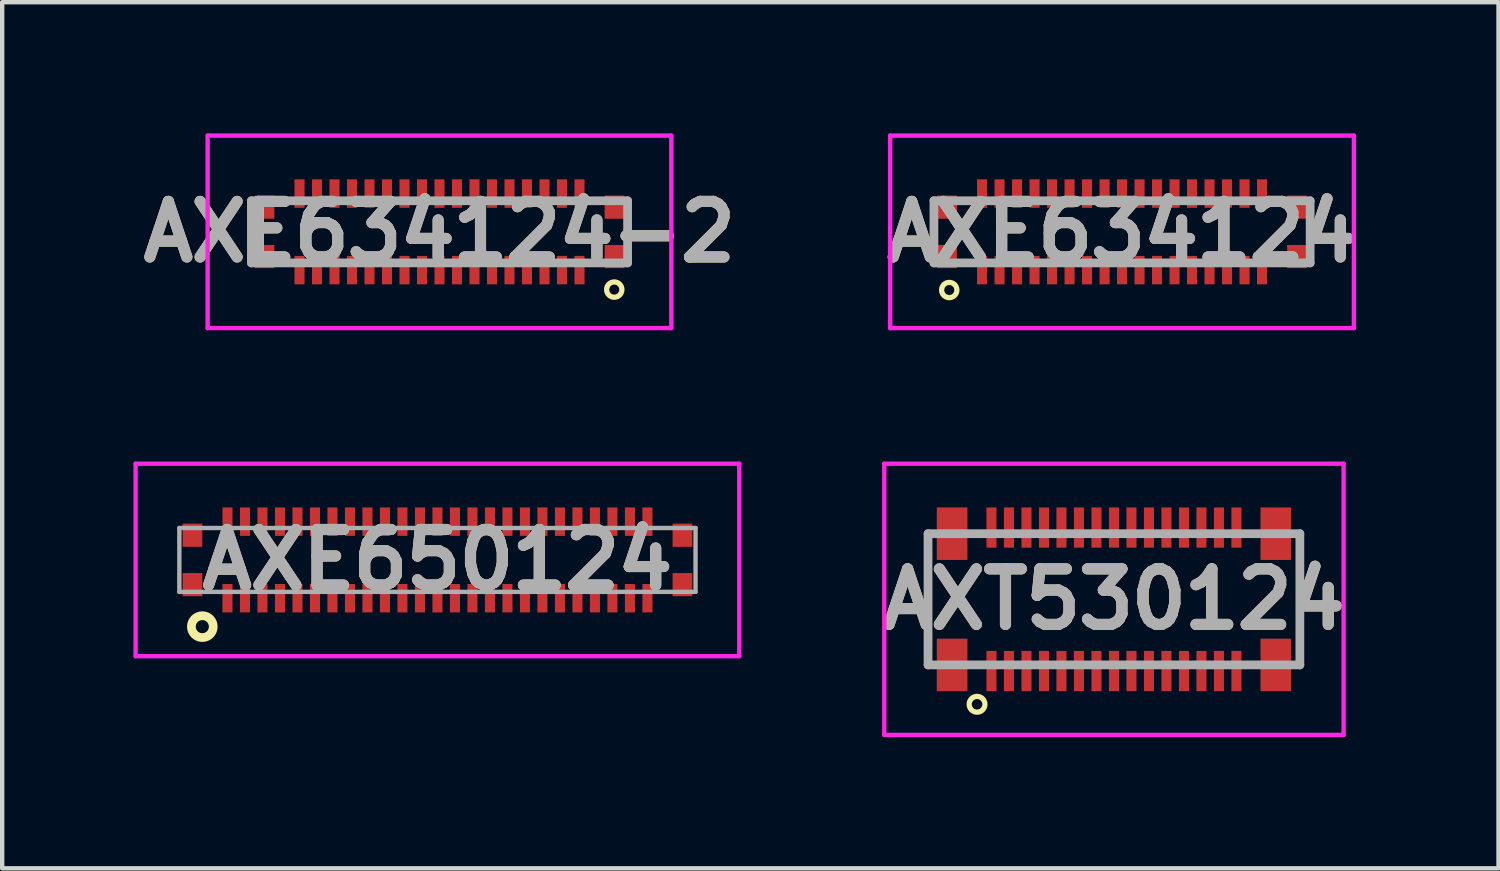
<source format=kicad_pcb>
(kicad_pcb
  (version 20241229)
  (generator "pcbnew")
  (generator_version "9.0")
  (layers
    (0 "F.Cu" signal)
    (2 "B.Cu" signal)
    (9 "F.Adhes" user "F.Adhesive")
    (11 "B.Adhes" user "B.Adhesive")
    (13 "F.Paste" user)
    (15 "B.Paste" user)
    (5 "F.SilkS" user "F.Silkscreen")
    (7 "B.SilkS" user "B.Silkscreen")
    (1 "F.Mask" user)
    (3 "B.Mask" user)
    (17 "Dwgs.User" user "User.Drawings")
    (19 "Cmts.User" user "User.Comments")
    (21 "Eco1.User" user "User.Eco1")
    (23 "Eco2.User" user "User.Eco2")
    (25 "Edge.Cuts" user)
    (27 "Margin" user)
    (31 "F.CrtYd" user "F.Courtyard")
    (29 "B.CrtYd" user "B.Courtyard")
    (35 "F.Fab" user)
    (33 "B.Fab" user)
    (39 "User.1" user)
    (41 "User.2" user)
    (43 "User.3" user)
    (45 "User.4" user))
  (footprint "AXE634124-2"
    (layer "F.Cu")
    (at 6.997 2.25)
    (property "Reference" "AXE634124-2" (at 0 0 0) (layer "F.SilkS") (effects (font (size 1.27 1.27) (thickness 0.254))))
    (attr smd)
    (fp_line (start -4.3 -0.1) (end -4.3 0.1) (stroke (width 0.1) (type solid)) (layer "F.SilkS"))
    (fp_line (start 4.3 -0.1) (end 4.3 0.1) (stroke (width 0.1) (type solid)) (layer "F.SilkS"))
    (fp_circle (center 3.995 1.32) (end 4.145 1.41) (stroke (width 0.12) (type default)) (fill no) (layer "F.SilkS"))
    (fp_line (start -5.3 -2.2) (end 5.3 -2.2) (stroke (width 0.1) (type solid)) (layer "F.CrtYd"))
    (fp_line (start -5.3 2.2) (end -5.3 -2.2) (stroke (width 0.1) (type solid)) (layer "F.CrtYd"))
    (fp_line (start 5.3 -2.2) (end 5.3 2.2) (stroke (width 0.1) (type solid)) (layer "F.CrtYd"))
    (fp_line (start 5.3 2.2) (end -5.3 2.2) (stroke (width 0.1) (type solid)) (layer "F.CrtYd"))
    (fp_line (start -4.3 -0.71) (end 4.3 -0.71) (stroke (width 0.2) (type solid)) (layer "F.Fab"))
    (fp_line (start -4.3 0.71) (end -4.3 -0.71) (stroke (width 0.2) (type solid)) (layer "F.Fab"))
    (fp_line (start 4.3 -0.71) (end 4.3 0.71) (stroke (width 0.2) (type solid)) (layer "F.Fab"))
    (fp_line (start 4.3 0.71) (end -4.3 0.71) (stroke (width 0.2) (type solid)) (layer "F.Fab"))
    (fp_text user "${REFERENCE}" (at 0 0 0) (layer "F.Fab") (effects (font (size 1.27 1.27) (thickness 0.254))))
    (pad "1" smd rect (at 3.2 0.875) (size 0.23 0.65) (layers "F.Cu" "F.Mask" "F.Paste"))
    (pad "2" smd rect (at 3.2 -0.875) (size 0.23 0.65) (layers "F.Cu" "F.Mask" "F.Paste"))
    (pad "3" smd rect (at 2.8 0.875) (size 0.23 0.65) (layers "F.Cu" "F.Mask" "F.Paste"))
    (pad "4" smd rect (at 2.8 -0.875) (size 0.23 0.65) (layers "F.Cu" "F.Mask" "F.Paste"))
    (pad "5" smd rect (at 2.4 0.875) (size 0.23 0.65) (layers "F.Cu" "F.Mask" "F.Paste"))
    (pad "6" smd rect (at 2.4 -0.875) (size 0.23 0.65) (layers "F.Cu" "F.Mask" "F.Paste"))
    (pad "7" smd rect (at 2 0.875) (size 0.23 0.65) (layers "F.Cu" "F.Mask" "F.Paste"))
    (pad "8" smd rect (at 2 -0.875) (size 0.23 0.65) (layers "F.Cu" "F.Mask" "F.Paste"))
    (pad "9" smd rect (at 1.6 0.875) (size 0.23 0.65) (layers "F.Cu" "F.Mask" "F.Paste"))
    (pad "10" smd rect (at 1.6 -0.875) (size 0.23 0.65) (layers "F.Cu" "F.Mask" "F.Paste"))
    (pad "11" smd rect (at 1.2 0.875) (size 0.23 0.65) (layers "F.Cu" "F.Mask" "F.Paste"))
    (pad "12" smd rect (at 1.2 -0.875) (size 0.23 0.65) (layers "F.Cu" "F.Mask" "F.Paste"))
    (pad "13" smd rect (at 0.8 0.875) (size 0.23 0.65) (layers "F.Cu" "F.Mask" "F.Paste"))
    (pad "14" smd rect (at 0.8 -0.875) (size 0.23 0.65) (layers "F.Cu" "F.Mask" "F.Paste"))
    (pad "15" smd rect (at 0.4 0.875) (size 0.23 0.65) (layers "F.Cu" "F.Mask" "F.Paste"))
    (pad "16" smd rect (at 0.4 -0.875) (size 0.23 0.65) (layers "F.Cu" "F.Mask" "F.Paste"))
    (pad "17" smd rect (at 0 0.875) (size 0.23 0.65) (layers "F.Cu" "F.Mask" "F.Paste"))
    (pad "18" smd rect (at 0 -0.875) (size 0.23 0.65) (layers "F.Cu" "F.Mask" "F.Paste"))
    (pad "19" smd rect (at -0.4 0.875) (size 0.23 0.65) (layers "F.Cu" "F.Mask" "F.Paste"))
    (pad "20" smd rect (at -0.4 -0.875) (size 0.23 0.65) (layers "F.Cu" "F.Mask" "F.Paste"))
    (pad "21" smd rect (at -0.8 0.875) (size 0.23 0.65) (layers "F.Cu" "F.Mask" "F.Paste"))
    (pad "22" smd rect (at -0.8 -0.875) (size 0.23 0.65) (layers "F.Cu" "F.Mask" "F.Paste"))
    (pad "23" smd rect (at -1.2 0.875) (size 0.23 0.65) (layers "F.Cu" "F.Mask" "F.Paste"))
    (pad "24" smd rect (at -1.2 -0.875) (size 0.23 0.65) (layers "F.Cu" "F.Mask" "F.Paste"))
    (pad "25" smd rect (at -1.6 0.875) (size 0.23 0.65) (layers "F.Cu" "F.Mask" "F.Paste"))
    (pad "26" smd rect (at -1.6 -0.875) (size 0.23 0.65) (layers "F.Cu" "F.Mask" "F.Paste"))
    (pad "27" smd rect (at -2 0.875) (size 0.23 0.65) (layers "F.Cu" "F.Mask" "F.Paste"))
    (pad "28" smd rect (at -2 -0.875) (size 0.23 0.65) (layers "F.Cu" "F.Mask" "F.Paste"))
    (pad "29" smd rect (at -2.4 0.875) (size 0.23 0.65) (layers "F.Cu" "F.Mask" "F.Paste"))
    (pad "30" smd rect (at -2.4 -0.875) (size 0.23 0.65) (layers "F.Cu" "F.Mask" "F.Paste"))
    (pad "31" smd rect (at -2.8 0.875) (size 0.23 0.65) (layers "F.Cu" "F.Mask" "F.Paste"))
    (pad "32" smd rect (at -2.8 -0.875) (size 0.23 0.65) (layers "F.Cu" "F.Mask" "F.Paste"))
    (pad "33" smd rect (at -3.2 0.875) (size 0.23 0.65) (layers "F.Cu" "F.Mask" "F.Paste"))
    (pad "34" smd rect (at -3.2 -0.875) (size 0.23 0.65) (layers "F.Cu" "F.Mask" "F.Paste"))
    (pad "35" smd rect (at -4 0.565) (size 0.45 0.53) (layers "F.Cu" "F.Mask" "F.Paste"))
    (pad "36" smd rect (at -4 -0.565) (size 0.45 0.53) (layers "F.Cu" "F.Mask" "F.Paste"))
    (pad "37" smd rect (at 4 0.565) (size 0.45 0.53) (layers "F.Cu" "F.Mask" "F.Paste"))
    (pad "38" smd rect (at 4 -0.565) (size 0.45 0.53) (layers "F.Cu" "F.Mask" "F.Paste")))
  (footprint "AXE634124"
    (layer "F.Cu")
    (at 22.6 2.25)
    (property "Reference" "AXE634124" (at 0 0 0) (layer "F.SilkS") (effects (font (size 1.27 1.27) (thickness 0.254))))
    (attr smd)
    (fp_line (start -4.3 -0.1) (end -4.3 0.1) (stroke (width 0.1) (type solid)) (layer "F.SilkS"))
    (fp_line (start 4.3 -0.1) (end 4.3 0.1) (stroke (width 0.1) (type solid)) (layer "F.SilkS"))
    (fp_circle (center -3.95 1.33) (end -3.78 1.29) (stroke (width 0.12) (type default)) (fill no) (layer "F.SilkS"))
    (fp_line (start -5.3 -2.2) (end 5.3 -2.2) (stroke (width 0.1) (type solid)) (layer "F.CrtYd"))
    (fp_line (start -5.3 2.2) (end -5.3 -2.2) (stroke (width 0.1) (type solid)) (layer "F.CrtYd"))
    (fp_line (start 5.3 -2.2) (end 5.3 2.2) (stroke (width 0.1) (type solid)) (layer "F.CrtYd"))
    (fp_line (start 5.3 2.2) (end -5.3 2.2) (stroke (width 0.1) (type solid)) (layer "F.CrtYd"))
    (fp_line (start -4.3 -0.71) (end 4.3 -0.71) (stroke (width 0.2) (type solid)) (layer "F.Fab"))
    (fp_line (start -4.3 0.71) (end -4.3 -0.71) (stroke (width 0.2) (type solid)) (layer "F.Fab"))
    (fp_line (start 4.3 -0.71) (end 4.3 0.71) (stroke (width 0.2) (type solid)) (layer "F.Fab"))
    (fp_line (start 4.3 0.71) (end -4.3 0.71) (stroke (width 0.2) (type solid)) (layer "F.Fab"))
    (fp_text user "${REFERENCE}" (at 0 0 0) (layer "F.Fab") (effects (font (size 1.27 1.27) (thickness 0.254))))
    (pad "1" smd rect (at -3.2 0.875) (size 0.23 0.65) (layers "F.Cu" "F.Mask" "F.Paste"))
    (pad "2" smd rect (at -3.2 -0.875) (size 0.23 0.65) (layers "F.Cu" "F.Mask" "F.Paste"))
    (pad "3" smd rect (at -2.8 0.875) (size 0.23 0.65) (layers "F.Cu" "F.Mask" "F.Paste"))
    (pad "4" smd rect (at -2.8 -0.875) (size 0.23 0.65) (layers "F.Cu" "F.Mask" "F.Paste"))
    (pad "5" smd rect (at -2.4 0.875) (size 0.23 0.65) (layers "F.Cu" "F.Mask" "F.Paste"))
    (pad "6" smd rect (at -2.4 -0.875) (size 0.23 0.65) (layers "F.Cu" "F.Mask" "F.Paste"))
    (pad "7" smd rect (at -2 0.875) (size 0.23 0.65) (layers "F.Cu" "F.Mask" "F.Paste"))
    (pad "8" smd rect (at -2 -0.875) (size 0.23 0.65) (layers "F.Cu" "F.Mask" "F.Paste"))
    (pad "9" smd rect (at -1.6 0.875) (size 0.23 0.65) (layers "F.Cu" "F.Mask" "F.Paste"))
    (pad "10" smd rect (at -1.6 -0.875) (size 0.23 0.65) (layers "F.Cu" "F.Mask" "F.Paste"))
    (pad "11" smd rect (at -1.2 0.875) (size 0.23 0.65) (layers "F.Cu" "F.Mask" "F.Paste"))
    (pad "12" smd rect (at -1.2 -0.875) (size 0.23 0.65) (layers "F.Cu" "F.Mask" "F.Paste"))
    (pad "13" smd rect (at -0.8 0.875) (size 0.23 0.65) (layers "F.Cu" "F.Mask" "F.Paste"))
    (pad "14" smd rect (at -0.8 -0.875) (size 0.23 0.65) (layers "F.Cu" "F.Mask" "F.Paste"))
    (pad "15" smd rect (at -0.4 0.875) (size 0.23 0.65) (layers "F.Cu" "F.Mask" "F.Paste"))
    (pad "16" smd rect (at -0.4 -0.875) (size 0.23 0.65) (layers "F.Cu" "F.Mask" "F.Paste"))
    (pad "17" smd rect (at 0 0.875) (size 0.23 0.65) (layers "F.Cu" "F.Mask" "F.Paste"))
    (pad "18" smd rect (at 0 -0.875) (size 0.23 0.65) (layers "F.Cu" "F.Mask" "F.Paste"))
    (pad "19" smd rect (at 0.4 0.875) (size 0.23 0.65) (layers "F.Cu" "F.Mask" "F.Paste"))
    (pad "20" smd rect (at 0.4 -0.875) (size 0.23 0.65) (layers "F.Cu" "F.Mask" "F.Paste"))
    (pad "21" smd rect (at 0.8 0.875) (size 0.23 0.65) (layers "F.Cu" "F.Mask" "F.Paste"))
    (pad "22" smd rect (at 0.8 -0.875) (size 0.23 0.65) (layers "F.Cu" "F.Mask" "F.Paste"))
    (pad "23" smd rect (at 1.2 0.875) (size 0.23 0.65) (layers "F.Cu" "F.Mask" "F.Paste"))
    (pad "24" smd rect (at 1.2 -0.875) (size 0.23 0.65) (layers "F.Cu" "F.Mask" "F.Paste"))
    (pad "25" smd rect (at 1.6 0.875) (size 0.23 0.65) (layers "F.Cu" "F.Mask" "F.Paste"))
    (pad "26" smd rect (at 1.6 -0.875) (size 0.23 0.65) (layers "F.Cu" "F.Mask" "F.Paste"))
    (pad "27" smd rect (at 2 0.875) (size 0.23 0.65) (layers "F.Cu" "F.Mask" "F.Paste"))
    (pad "28" smd rect (at 2 -0.875) (size 0.23 0.65) (layers "F.Cu" "F.Mask" "F.Paste"))
    (pad "29" smd rect (at 2.4 0.875) (size 0.23 0.65) (layers "F.Cu" "F.Mask" "F.Paste"))
    (pad "30" smd rect (at 2.4 -0.875) (size 0.23 0.65) (layers "F.Cu" "F.Mask" "F.Paste"))
    (pad "31" smd rect (at 2.8 0.875) (size 0.23 0.65) (layers "F.Cu" "F.Mask" "F.Paste"))
    (pad "32" smd rect (at 2.8 -0.875) (size 0.23 0.65) (layers "F.Cu" "F.Mask" "F.Paste"))
    (pad "33" smd rect (at 3.2 0.875) (size 0.23 0.65) (layers "F.Cu" "F.Mask" "F.Paste"))
    (pad "34" smd rect (at 3.2 -0.875) (size 0.23 0.65) (layers "F.Cu" "F.Mask" "F.Paste"))
    (pad "35" smd rect (at -4 0.565) (size 0.45 0.53) (layers "F.Cu" "F.Mask" "F.Paste"))
    (pad "36" smd rect (at -4 -0.565) (size 0.45 0.53) (layers "F.Cu" "F.Mask" "F.Paste"))
    (pad "37" smd rect (at 4 0.565) (size 0.45 0.53) (layers "F.Cu" "F.Mask" "F.Paste"))
    (pad "38" smd rect (at 4 -0.565) (size 0.45 0.53) (layers "F.Cu" "F.Mask" "F.Paste")))
  (footprint "AXE650124"
    (layer "F.Cu")
    (at 6.95 9.75)
    (property "Reference" "AXE650124" (at 0 0 0) (layer "F.SilkS") (effects (font (size 1.27 1.27) (thickness 0.254))))
    (attr smd)
    (fp_circle (center -5.375 1.525) (end -5.125 1.525) (stroke (width 0.2) (type default)) (fill no) (layer "F.SilkS"))
    (fp_line (start -6.9 -2.2) (end 6.9 -2.2) (stroke (width 0.1) (type solid)) (layer "F.CrtYd"))
    (fp_line (start -6.9 2.2) (end -6.9 -2.2) (stroke (width 0.1) (type solid)) (layer "F.CrtYd"))
    (fp_line (start 6.9 -2.2) (end 6.9 2.2) (stroke (width 0.1) (type solid)) (layer "F.CrtYd"))
    (fp_line (start 6.9 2.2) (end -6.9 2.2) (stroke (width 0.1) (type solid)) (layer "F.CrtYd"))
    (fp_line (start -5.9 -0.73) (end 5.9 -0.73) (stroke (width 0.1) (type solid)) (layer "F.Fab"))
    (fp_line (start -5.9 0.73) (end -5.9 -0.73) (stroke (width 0.1) (type solid)) (layer "F.Fab"))
    (fp_line (start 5.9 -0.73) (end 5.9 0.73) (stroke (width 0.1) (type solid)) (layer "F.Fab"))
    (fp_line (start 5.9 0.73) (end -5.9 0.73) (stroke (width 0.1) (type solid)) (layer "F.Fab"))
    (fp_text user "${REFERENCE}" (at 0 0 0) (layer "F.Fab") (effects (font (size 1.27 1.27) (thickness 0.254))))
    (pad "1" smd rect (at -4.8 0.875) (size 0.23 0.65) (layers "F.Cu" "F.Mask" "F.Paste"))
    (pad "2" smd rect (at -4.8 -0.875) (size 0.23 0.65) (layers "F.Cu" "F.Mask" "F.Paste"))
    (pad "3" smd rect (at -4.4 0.875) (size 0.23 0.65) (layers "F.Cu" "F.Mask" "F.Paste"))
    (pad "4" smd rect (at -4.4 -0.875) (size 0.23 0.65) (layers "F.Cu" "F.Mask" "F.Paste"))
    (pad "5" smd rect (at -4 0.875) (size 0.23 0.65) (layers "F.Cu" "F.Mask" "F.Paste"))
    (pad "6" smd rect (at -4 -0.875) (size 0.23 0.65) (layers "F.Cu" "F.Mask" "F.Paste"))
    (pad "7" smd rect (at -3.6 0.875) (size 0.23 0.65) (layers "F.Cu" "F.Mask" "F.Paste"))
    (pad "8" smd rect (at -3.6 -0.875) (size 0.23 0.65) (layers "F.Cu" "F.Mask" "F.Paste"))
    (pad "9" smd rect (at -3.2 0.875) (size 0.23 0.65) (layers "F.Cu" "F.Mask" "F.Paste"))
    (pad "10" smd rect (at -3.2 -0.875) (size 0.23 0.65) (layers "F.Cu" "F.Mask" "F.Paste"))
    (pad "11" smd rect (at -2.8 0.875) (size 0.23 0.65) (layers "F.Cu" "F.Mask" "F.Paste"))
    (pad "12" smd rect (at -2.8 -0.875) (size 0.23 0.65) (layers "F.Cu" "F.Mask" "F.Paste"))
    (pad "13" smd rect (at -2.4 0.875) (size 0.23 0.65) (layers "F.Cu" "F.Mask" "F.Paste"))
    (pad "14" smd rect (at -2.4 -0.875) (size 0.23 0.65) (layers "F.Cu" "F.Mask" "F.Paste"))
    (pad "15" smd rect (at -2 0.875) (size 0.23 0.65) (layers "F.Cu" "F.Mask" "F.Paste"))
    (pad "16" smd rect (at -2 -0.875) (size 0.23 0.65) (layers "F.Cu" "F.Mask" "F.Paste"))
    (pad "17" smd rect (at -1.6 0.875) (size 0.23 0.65) (layers "F.Cu" "F.Mask" "F.Paste"))
    (pad "18" smd rect (at -1.6 -0.875) (size 0.23 0.65) (layers "F.Cu" "F.Mask" "F.Paste"))
    (pad "19" smd rect (at -1.2 0.875) (size 0.23 0.65) (layers "F.Cu" "F.Mask" "F.Paste"))
    (pad "20" smd rect (at -1.2 -0.875) (size 0.23 0.65) (layers "F.Cu" "F.Mask" "F.Paste"))
    (pad "21" smd rect (at -0.8 0.875) (size 0.23 0.65) (layers "F.Cu" "F.Mask" "F.Paste"))
    (pad "22" smd rect (at -0.8 -0.875) (size 0.23 0.65) (layers "F.Cu" "F.Mask" "F.Paste"))
    (pad "23" smd rect (at -0.4 0.875) (size 0.23 0.65) (layers "F.Cu" "F.Mask" "F.Paste"))
    (pad "24" smd rect (at -0.4 -0.875) (size 0.23 0.65) (layers "F.Cu" "F.Mask" "F.Paste"))
    (pad "25" smd rect (at 0 0.875) (size 0.23 0.65) (layers "F.Cu" "F.Mask" "F.Paste"))
    (pad "26" smd rect (at 0 -0.875) (size 0.23 0.65) (layers "F.Cu" "F.Mask" "F.Paste"))
    (pad "27" smd rect (at 0.4 0.875) (size 0.23 0.65) (layers "F.Cu" "F.Mask" "F.Paste"))
    (pad "28" smd rect (at 0.4 -0.875) (size 0.23 0.65) (layers "F.Cu" "F.Mask" "F.Paste"))
    (pad "29" smd rect (at 0.8 0.875) (size 0.23 0.65) (layers "F.Cu" "F.Mask" "F.Paste"))
    (pad "30" smd rect (at 0.8 -0.875) (size 0.23 0.65) (layers "F.Cu" "F.Mask" "F.Paste"))
    (pad "31" smd rect (at 1.2 0.875) (size 0.23 0.65) (layers "F.Cu" "F.Mask" "F.Paste"))
    (pad "32" smd rect (at 1.2 -0.875) (size 0.23 0.65) (layers "F.Cu" "F.Mask" "F.Paste"))
    (pad "33" smd rect (at 1.6 0.875) (size 0.23 0.65) (layers "F.Cu" "F.Mask" "F.Paste"))
    (pad "34" smd rect (at 1.6 -0.875) (size 0.23 0.65) (layers "F.Cu" "F.Mask" "F.Paste"))
    (pad "35" smd rect (at 2 0.875) (size 0.23 0.65) (layers "F.Cu" "F.Mask" "F.Paste"))
    (pad "36" smd rect (at 2 -0.875) (size 0.23 0.65) (layers "F.Cu" "F.Mask" "F.Paste"))
    (pad "37" smd rect (at 2.4 0.875) (size 0.23 0.65) (layers "F.Cu" "F.Mask" "F.Paste"))
    (pad "38" smd rect (at 2.4 -0.875) (size 0.23 0.65) (layers "F.Cu" "F.Mask" "F.Paste"))
    (pad "39" smd rect (at 2.8 0.875) (size 0.23 0.65) (layers "F.Cu" "F.Mask" "F.Paste"))
    (pad "40" smd rect (at 2.8 -0.875) (size 0.23 0.65) (layers "F.Cu" "F.Mask" "F.Paste"))
    (pad "41" smd rect (at 3.2 0.875) (size 0.23 0.65) (layers "F.Cu" "F.Mask" "F.Paste"))
    (pad "42" smd rect (at 3.2 -0.875) (size 0.23 0.65) (layers "F.Cu" "F.Mask" "F.Paste"))
    (pad "43" smd rect (at 3.6 0.875) (size 0.23 0.65) (layers "F.Cu" "F.Mask" "F.Paste"))
    (pad "44" smd rect (at 3.6 -0.875) (size 0.23 0.65) (layers "F.Cu" "F.Mask" "F.Paste"))
    (pad "45" smd rect (at 4 0.875) (size 0.23 0.65) (layers "F.Cu" "F.Mask" "F.Paste"))
    (pad "46" smd rect (at 4 -0.875) (size 0.23 0.65) (layers "F.Cu" "F.Mask" "F.Paste"))
    (pad "47" smd rect (at 4.4 0.875) (size 0.23 0.65) (layers "F.Cu" "F.Mask" "F.Paste"))
    (pad "48" smd rect (at 4.4 -0.875) (size 0.23 0.65) (layers "F.Cu" "F.Mask" "F.Paste"))
    (pad "49" smd rect (at 4.8 0.875) (size 0.23 0.65) (layers "F.Cu" "F.Mask" "F.Paste"))
    (pad "50" smd rect (at 4.8 -0.875) (size 0.23 0.65) (layers "F.Cu" "F.Mask" "F.Paste"))
    (pad "MP1" smd rect (at -5.6 0.565) (size 0.45 0.53) (layers "F.Cu" "F.Mask" "F.Paste"))
    (pad "MP2" smd rect (at -5.6 -0.565) (size 0.45 0.53) (layers "F.Cu" "F.Mask" "F.Paste"))
    (pad "MP3" smd rect (at 5.6 0.565) (size 0.45 0.53) (layers "F.Cu" "F.Mask" "F.Paste"))
    (pad "MP4" smd rect (at 5.6 -0.565) (size 0.45 0.53) (layers "F.Cu" "F.Mask" "F.Paste")))
  (footprint "AXT530124"
    (layer "F.Cu")
    (at 22.415 10.65)
    (property "Reference" "AXT530124" (at 0 0 0) (layer "F.SilkS") (effects (font (size 1.27 1.27) (thickness 0.254))))
    (attr smd)
    (fp_line (start -4.25 -1.5) (end -4.25 1.5) (stroke (width 0.1) (type solid)) (layer "F.SilkS"))
    (fp_line (start 4.25 -1.5) (end 4.25 1.5) (stroke (width 0.1) (type solid)) (layer "F.SilkS"))
    (fp_circle (center -3.13 2.4) (end -3.03 2.55) (stroke (width 0.12) (type solid)) (fill no) (layer "F.SilkS"))
    (fp_line (start -5.25 -3.1) (end 5.25 -3.1) (stroke (width 0.1) (type solid)) (layer "F.CrtYd"))
    (fp_line (start -5.25 3.1) (end -5.25 -3.1) (stroke (width 0.1) (type solid)) (layer "F.CrtYd"))
    (fp_line (start 5.25 -3.1) (end 5.25 3.1) (stroke (width 0.1) (type solid)) (layer "F.CrtYd"))
    (fp_line (start 5.25 3.1) (end -5.25 3.1) (stroke (width 0.1) (type solid)) (layer "F.CrtYd"))
    (fp_line (start -4.25 -1.5) (end 4.25 -1.5) (stroke (width 0.2) (type solid)) (layer "F.Fab"))
    (fp_line (start -4.25 1.5) (end -4.25 -1.5) (stroke (width 0.2) (type solid)) (layer "F.Fab"))
    (fp_line (start 4.25 -1.5) (end 4.25 1.5) (stroke (width 0.2) (type solid)) (layer "F.Fab"))
    (fp_line (start 4.25 1.5) (end -4.25 1.5) (stroke (width 0.2) (type solid)) (layer "F.Fab"))
    (fp_text user "${REFERENCE}" (at 0 0 0) (layer "F.Fab") (effects (font (size 1.27 1.27) (thickness 0.254))))
    (pad "1" smd rect (at -2.8 1.64) (size 0.23 0.92) (layers "F.Cu" "F.Mask" "F.Paste"))
    (pad "2" smd rect (at -2.8 -1.64) (size 0.23 0.92) (layers "F.Cu" "F.Mask" "F.Paste"))
    (pad "3" smd rect (at -2.4 1.64) (size 0.23 0.92) (layers "F.Cu" "F.Mask" "F.Paste"))
    (pad "4" smd rect (at -2.4 -1.64) (size 0.23 0.92) (layers "F.Cu" "F.Mask" "F.Paste"))
    (pad "5" smd rect (at -2 1.64) (size 0.23 0.92) (layers "F.Cu" "F.Mask" "F.Paste"))
    (pad "6" smd rect (at -2 -1.64) (size 0.23 0.92) (layers "F.Cu" "F.Mask" "F.Paste"))
    (pad "7" smd rect (at -1.6 1.64) (size 0.23 0.92) (layers "F.Cu" "F.Mask" "F.Paste"))
    (pad "8" smd rect (at -1.6 -1.64) (size 0.23 0.92) (layers "F.Cu" "F.Mask" "F.Paste"))
    (pad "9" smd rect (at -1.2 1.64) (size 0.23 0.92) (layers "F.Cu" "F.Mask" "F.Paste"))
    (pad "10" smd rect (at -1.2 -1.64) (size 0.23 0.92) (layers "F.Cu" "F.Mask" "F.Paste"))
    (pad "11" smd rect (at -0.8 1.64) (size 0.23 0.92) (layers "F.Cu" "F.Mask" "F.Paste"))
    (pad "12" smd rect (at -0.8 -1.64) (size 0.23 0.92) (layers "F.Cu" "F.Mask" "F.Paste"))
    (pad "13" smd rect (at -0.4 1.64) (size 0.23 0.92) (layers "F.Cu" "F.Mask" "F.Paste"))
    (pad "14" smd rect (at -0.4 -1.64) (size 0.23 0.92) (layers "F.Cu" "F.Mask" "F.Paste"))
    (pad "15" smd rect (at 0 1.64) (size 0.23 0.92) (layers "F.Cu" "F.Mask" "F.Paste"))
    (pad "16" smd rect (at 0 -1.64) (size 0.23 0.92) (layers "F.Cu" "F.Mask" "F.Paste"))
    (pad "17" smd rect (at 0.4 1.64) (size 0.23 0.92) (layers "F.Cu" "F.Mask" "F.Paste"))
    (pad "18" smd rect (at 0.4 -1.64) (size 0.23 0.92) (layers "F.Cu" "F.Mask" "F.Paste"))
    (pad "19" smd rect (at 0.8 1.64) (size 0.23 0.92) (layers "F.Cu" "F.Mask" "F.Paste"))
    (pad "20" smd rect (at 0.8 -1.64) (size 0.23 0.92) (layers "F.Cu" "F.Mask" "F.Paste"))
    (pad "21" smd rect (at 1.2 1.64) (size 0.23 0.92) (layers "F.Cu" "F.Mask" "F.Paste"))
    (pad "22" smd rect (at 1.2 -1.64) (size 0.23 0.92) (layers "F.Cu" "F.Mask" "F.Paste"))
    (pad "23" smd rect (at 1.6 1.64) (size 0.23 0.92) (layers "F.Cu" "F.Mask" "F.Paste"))
    (pad "24" smd rect (at 1.6 -1.64) (size 0.23 0.92) (layers "F.Cu" "F.Mask" "F.Paste"))
    (pad "25" smd rect (at 2 1.64) (size 0.23 0.92) (layers "F.Cu" "F.Mask" "F.Paste"))
    (pad "26" smd rect (at 2 -1.64) (size 0.23 0.92) (layers "F.Cu" "F.Mask" "F.Paste"))
    (pad "27" smd rect (at 2.4 1.64) (size 0.23 0.92) (layers "F.Cu" "F.Mask" "F.Paste"))
    (pad "28" smd rect (at 2.4 -1.64) (size 0.23 0.92) (layers "F.Cu" "F.Mask" "F.Paste"))
    (pad "29" smd rect (at 2.8 1.64) (size 0.23 0.92) (layers "F.Cu" "F.Mask" "F.Paste"))
    (pad "30" smd rect (at 2.8 -1.64) (size 0.23 0.92) (layers "F.Cu" "F.Mask" "F.Paste"))
    (pad "MP1" smd rect (at -3.7 1.5) (size 0.7 1.2) (layers "F.Cu" "F.Mask" "F.Paste"))
    (pad "MP2" smd rect (at -3.7 -1.5) (size 0.7 1.2) (layers "F.Cu" "F.Mask" "F.Paste"))
    (pad "MP3" smd rect (at 3.7 -1.5) (size 0.7 1.2) (layers "F.Cu" "F.Mask" "F.Paste"))
    (pad "MP4" smd rect (at 3.7 1.5) (size 0.7 1.2) (layers "F.Cu" "F.Mask" "F.Paste")))
  (gr_rect
    (start -3 -3)
    (end 31.206 16.8)
    (stroke (width 0.1) (type default))
    (fill no)
    (layer "Edge.Cuts")))
</source>
